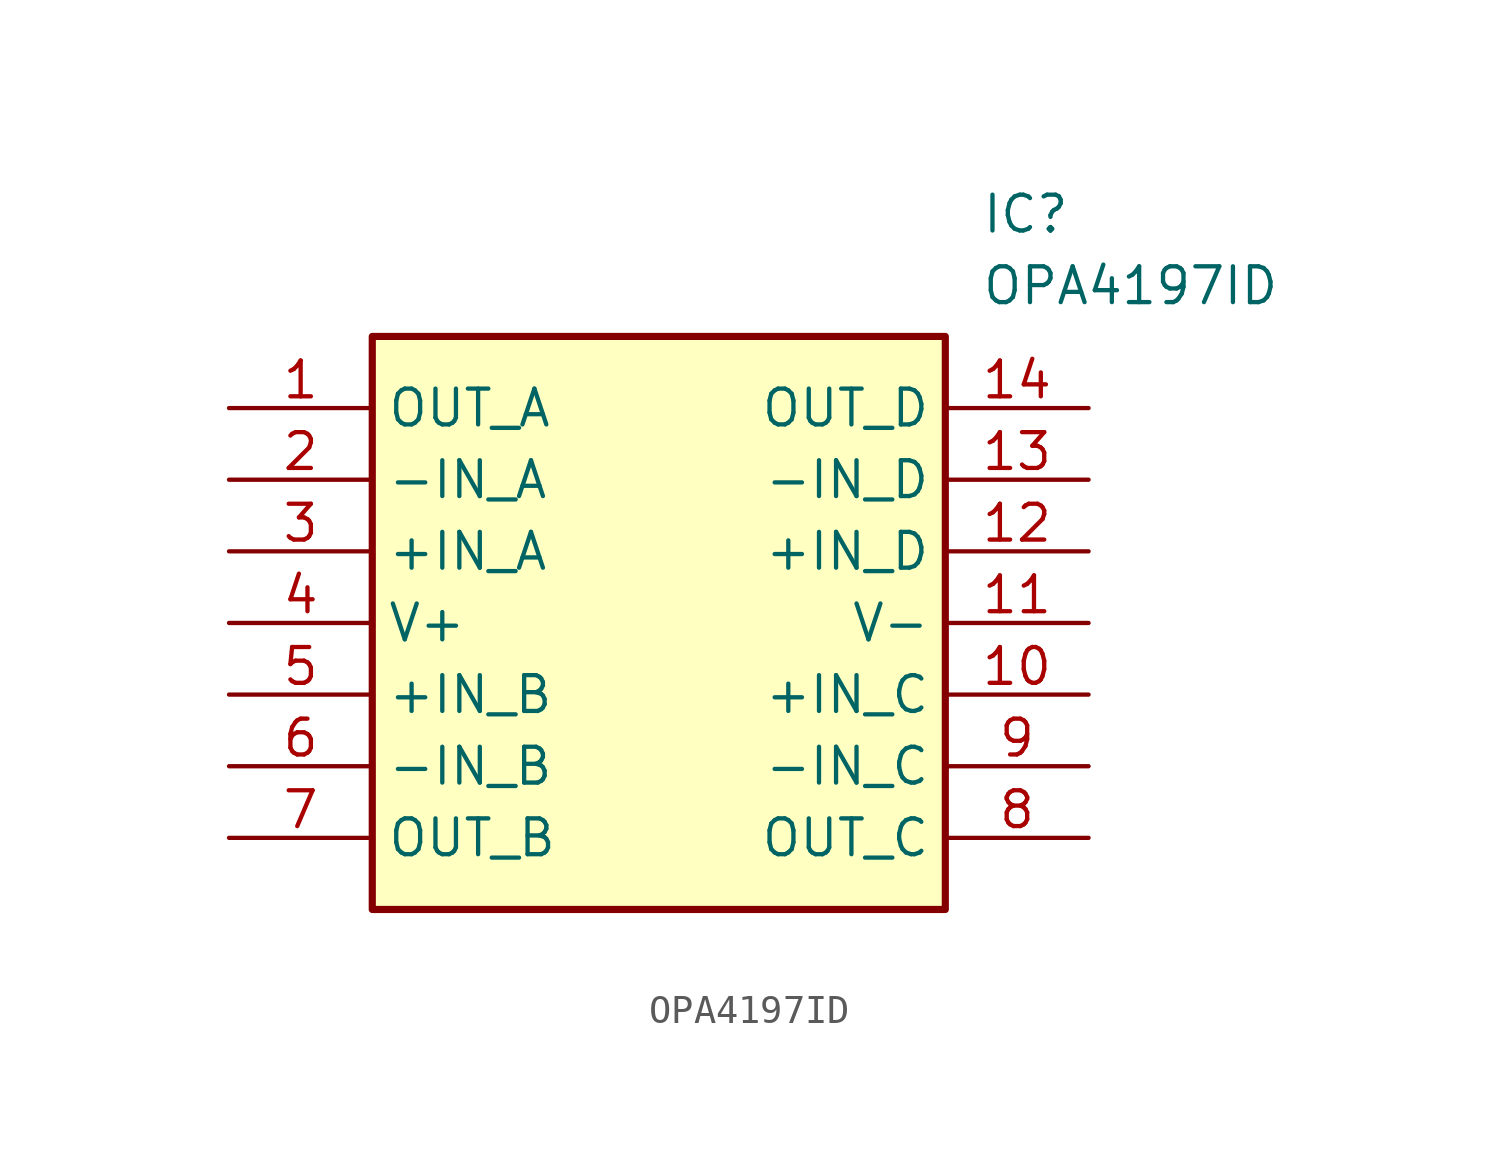
<source format=kicad_sym>
(kicad_symbol_lib
  (version 20211014)
  (generator SamacSys_ECAD_Model)
  (symbol "OPA4197ID"
    (property "Reference" "IC"
      (at 26.67 7.62 0)
      (effects (font (size 1.27 1.27)) (justify left top)))
    (property "Value" "OPA4197ID"
      (at 26.67 5.08 0)
      (effects (font (size 1.27 1.27)) (justify left top)))
    (rectangle
      (start 5.08 2.54)
      (end 25.4 -17.78)
      (stroke (width 0.254) (type default))
      (fill (type background)))
    (pin passive line
      (at 0 0 0)
      (length 5.08)
      (name "OUT_A" (effects (font (size 1.27 1.27))))
      (number "1" (effects (font (size 1.27 1.27)))))
    (pin passive line
      (at 0 -2.54 0)
      (length 5.08)
      (name "-IN_A" (effects (font (size 1.27 1.27))))
      (number "2" (effects (font (size 1.27 1.27)))))
    (pin passive line
      (at 0 -5.08 0)
      (length 5.08)
      (name "+IN_A" (effects (font (size 1.27 1.27))))
      (number "3" (effects (font (size 1.27 1.27)))))
    (pin passive line
      (at 0 -7.62 0)
      (length 5.08)
      (name "V+" (effects (font (size 1.27 1.27))))
      (number "4" (effects (font (size 1.27 1.27)))))
    (pin passive line
      (at 0 -10.16 0)
      (length 5.08)
      (name "+IN_B" (effects (font (size 1.27 1.27))))
      (number "5" (effects (font (size 1.27 1.27)))))
    (pin passive line
      (at 0 -12.7 0)
      (length 5.08)
      (name "-IN_B" (effects (font (size 1.27 1.27))))
      (number "6" (effects (font (size 1.27 1.27)))))
    (pin passive line
      (at 0 -15.24 0)
      (length 5.08)
      (name "OUT_B" (effects (font (size 1.27 1.27))))
      (number "7" (effects (font (size 1.27 1.27)))))
    (pin passive line
      (at 30.48 0 180)
      (length 5.08)
      (name "OUT_D" (effects (font (size 1.27 1.27))))
      (number "14" (effects (font (size 1.27 1.27)))))
    (pin passive line
      (at 30.48 -2.54 180)
      (length 5.08)
      (name "-IN_D" (effects (font (size 1.27 1.27))))
      (number "13" (effects (font (size 1.27 1.27)))))
    (pin passive line
      (at 30.48 -5.08 180)
      (length 5.08)
      (name "+IN_D" (effects (font (size 1.27 1.27))))
      (number "12" (effects (font (size 1.27 1.27)))))
    (pin passive line
      (at 30.48 -7.62 180)
      (length 5.08)
      (name "V-" (effects (font (size 1.27 1.27))))
      (number "11" (effects (font (size 1.27 1.27)))))
    (pin passive line
      (at 30.48 -10.16 180)
      (length 5.08)
      (name "+IN_C" (effects (font (size 1.27 1.27))))
      (number "10" (effects (font (size 1.27 1.27)))))
    (pin passive line
      (at 30.48 -12.7 180)
      (length 5.08)
      (name "-IN_C" (effects (font (size 1.27 1.27))))
      (number "9" (effects (font (size 1.27 1.27)))))
    (pin passive line
      (at 30.48 -15.24 180)
      (length 5.08)
      (name "OUT_C" (effects (font (size 1.27 1.27))))
      (number "8" (effects (font (size 1.27 1.27)))))))
</source>
